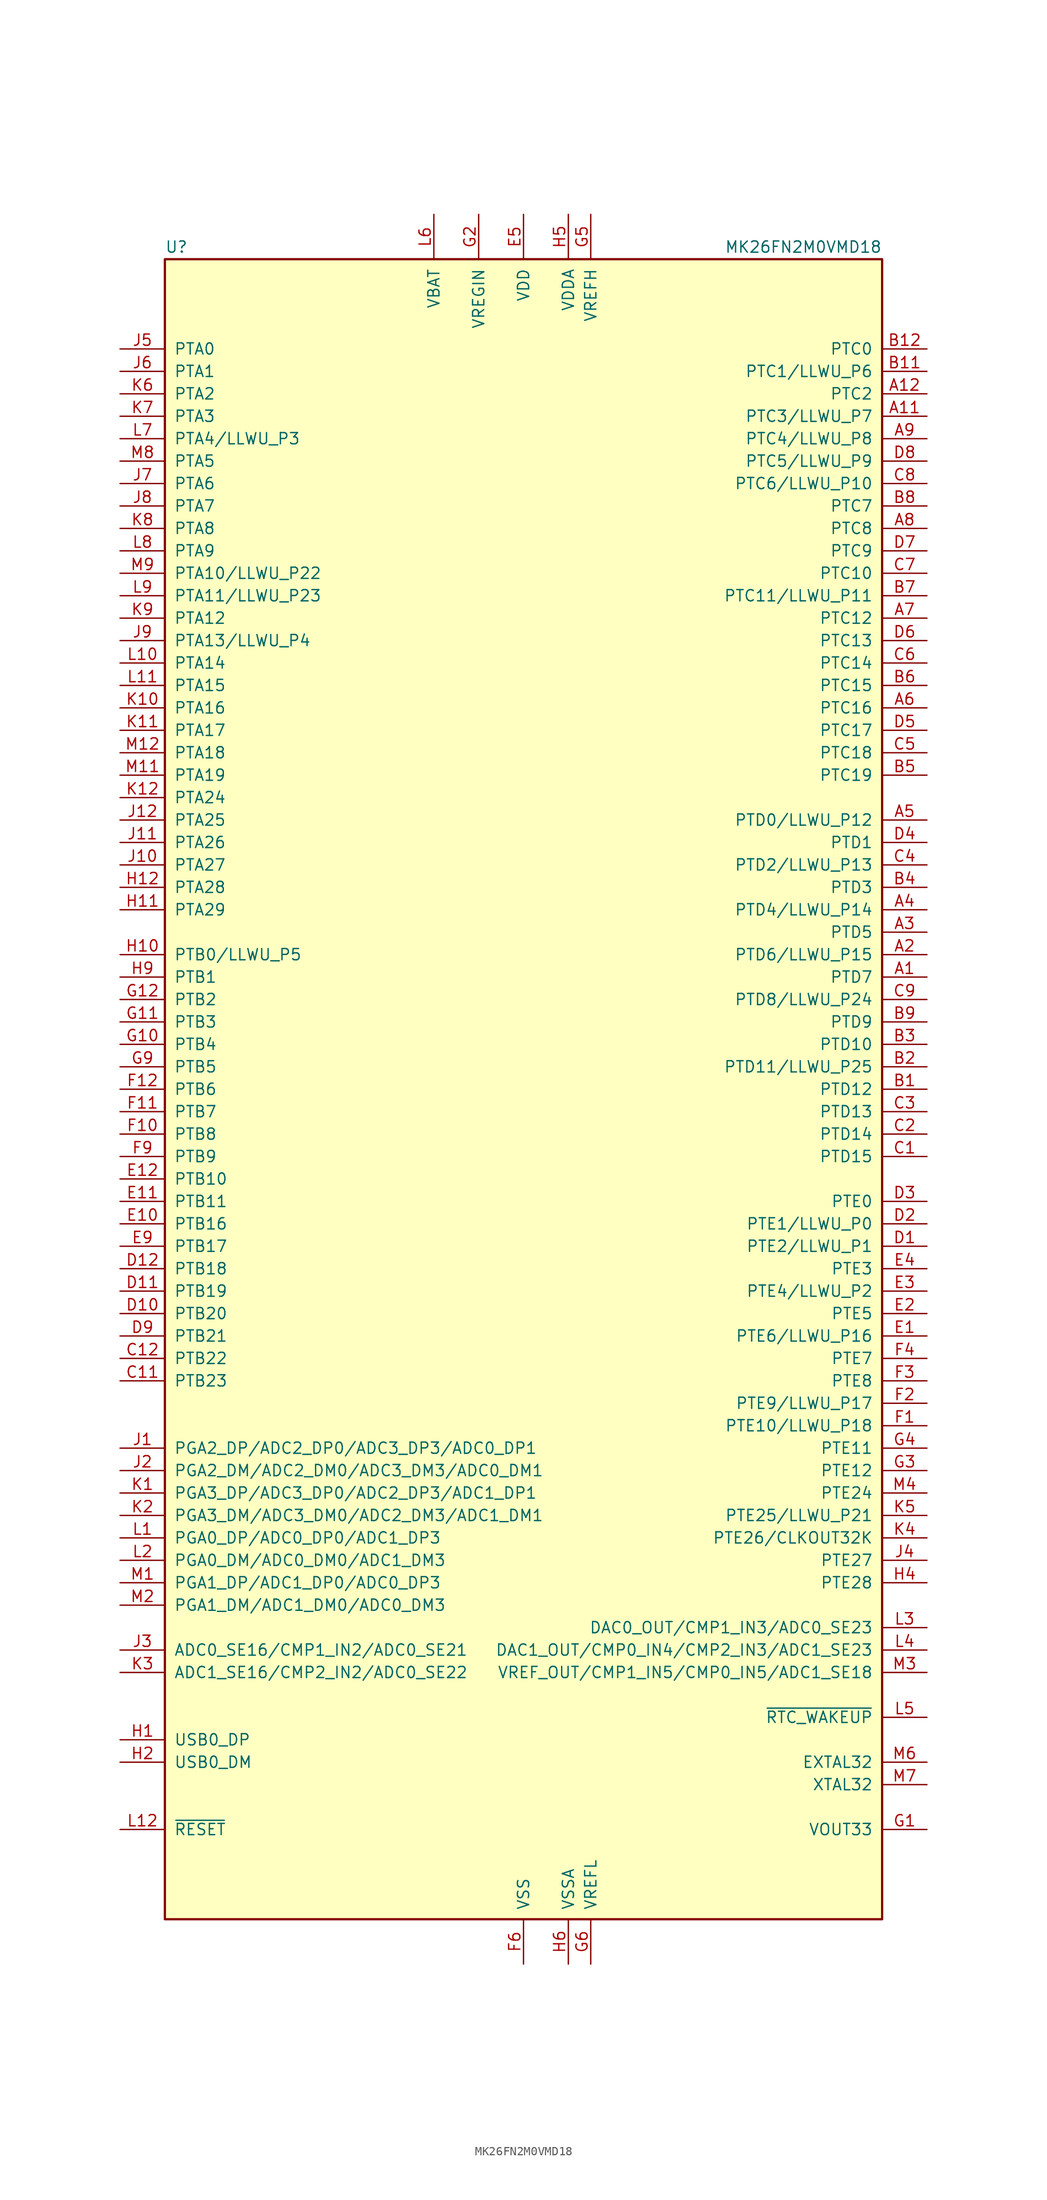
<source format=kicad_sym>
(kicad_symbol_lib
  (version 20241209)
  (generator "kicad_symbol_editor")
  (generator_version "9.0")
  (symbol "MK26FN2M0VMD18"
    (pin_names
      (offset 1.016))
    (property "Reference" "U"
      (at -40.64 94.615 0)
      (effects (font (size 1.27 1.27)) (justify left bottom)))
    (property "Value" "MK26FN2M0VMD18"
      (at 40.64 94.615 0)
      (effects (font (size 1.27 1.27)) (justify right bottom)))
    (symbol "MK26FN2M0VMD18_0_1"
      (rectangle (start -40.64 93.98) (end 40.64 -93.98) (stroke (width 0.254) (type default)) (fill (type background))))
    (symbol "MK26FN2M0VMD18_1_1"
      (pin bidirectional line (at -45.72 83.82 0) (length 5.08) (name "PTA0" (effects (font (size 1.27 1.27)))) (number "J5" (effects (font (size 1.27 1.27)))))
      (pin bidirectional line (at -45.72 81.28 0) (length 5.08) (name "PTA1" (effects (font (size 1.27 1.27)))) (number "J6" (effects (font (size 1.27 1.27)))))
      (pin bidirectional line (at -45.72 78.74 0) (length 5.08) (name "PTA2" (effects (font (size 1.27 1.27)))) (number "K6" (effects (font (size 1.27 1.27)))))
      (pin bidirectional line (at -45.72 76.2 0) (length 5.08) (name "PTA3" (effects (font (size 1.27 1.27)))) (number "K7" (effects (font (size 1.27 1.27)))))
      (pin bidirectional line (at -45.72 73.66 0) (length 5.08) (name "PTA4/LLWU_P3" (effects (font (size 1.27 1.27)))) (number "L7" (effects (font (size 1.27 1.27)))))
      (pin bidirectional line (at -45.72 71.12 0) (length 5.08) (name "PTA5" (effects (font (size 1.27 1.27)))) (number "M8" (effects (font (size 1.27 1.27)))))
      (pin bidirectional line (at -45.72 68.58 0) (length 5.08) (name "PTA6" (effects (font (size 1.27 1.27)))) (number "J7" (effects (font (size 1.27 1.27)))))
      (pin bidirectional line (at -45.72 66.04 0) (length 5.08) (name "PTA7" (effects (font (size 1.27 1.27)))) (number "J8" (effects (font (size 1.27 1.27)))))
      (pin bidirectional line (at -45.72 63.5 0) (length 5.08) (name "PTA8" (effects (font (size 1.27 1.27)))) (number "K8" (effects (font (size 1.27 1.27)))))
      (pin bidirectional line (at -45.72 60.96 0) (length 5.08) (name "PTA9" (effects (font (size 1.27 1.27)))) (number "L8" (effects (font (size 1.27 1.27)))))
      (pin bidirectional line (at -45.72 58.42 0) (length 5.08) (name "PTA10/LLWU_P22" (effects (font (size 1.27 1.27)))) (number "M9" (effects (font (size 1.27 1.27)))))
      (pin bidirectional line (at -45.72 55.88 0) (length 5.08) (name "PTA11/LLWU_P23" (effects (font (size 1.27 1.27)))) (number "L9" (effects (font (size 1.27 1.27)))))
      (pin bidirectional line (at -45.72 53.34 0) (length 5.08) (name "PTA12" (effects (font (size 1.27 1.27)))) (number "K9" (effects (font (size 1.27 1.27)))))
      (pin bidirectional line (at -45.72 50.8 0) (length 5.08) (name "PTA13/LLWU_P4" (effects (font (size 1.27 1.27)))) (number "J9" (effects (font (size 1.27 1.27)))))
      (pin bidirectional line (at -45.72 48.26 0) (length 5.08) (name "PTA14" (effects (font (size 1.27 1.27)))) (number "L10" (effects (font (size 1.27 1.27)))))
      (pin bidirectional line (at -45.72 45.72 0) (length 5.08) (name "PTA15" (effects (font (size 1.27 1.27)))) (number "L11" (effects (font (size 1.27 1.27)))))
      (pin bidirectional line (at -45.72 43.18 0) (length 5.08) (name "PTA16" (effects (font (size 1.27 1.27)))) (number "K10" (effects (font (size 1.27 1.27)))))
      (pin bidirectional line (at -45.72 40.64 0) (length 5.08) (name "PTA17" (effects (font (size 1.27 1.27)))) (number "K11" (effects (font (size 1.27 1.27)))))
      (pin bidirectional line (at -45.72 38.1 0) (length 5.08) (name "PTA18" (effects (font (size 1.27 1.27)))) (number "M12" (effects (font (size 1.27 1.27)))))
      (pin bidirectional line (at -45.72 35.56 0) (length 5.08) (name "PTA19" (effects (font (size 1.27 1.27)))) (number "M11" (effects (font (size 1.27 1.27)))))
      (pin bidirectional line (at -45.72 33.02 0) (length 5.08) (name "PTA24" (effects (font (size 1.27 1.27)))) (number "K12" (effects (font (size 1.27 1.27)))))
      (pin bidirectional line (at -45.72 30.48 0) (length 5.08) (name "PTA25" (effects (font (size 1.27 1.27)))) (number "J12" (effects (font (size 1.27 1.27)))))
      (pin bidirectional line (at -45.72 27.94 0) (length 5.08) (name "PTA26" (effects (font (size 1.27 1.27)))) (number "J11" (effects (font (size 1.27 1.27)))))
      (pin bidirectional line (at -45.72 25.4 0) (length 5.08) (name "PTA27" (effects (font (size 1.27 1.27)))) (number "J10" (effects (font (size 1.27 1.27)))))
      (pin bidirectional line (at -45.72 22.86 0) (length 5.08) (name "PTA28" (effects (font (size 1.27 1.27)))) (number "H12" (effects (font (size 1.27 1.27)))))
      (pin bidirectional line (at -45.72 20.32 0) (length 5.08) (name "PTA29" (effects (font (size 1.27 1.27)))) (number "H11" (effects (font (size 1.27 1.27)))))
      (pin bidirectional line (at -45.72 15.24 0) (length 5.08) (name "PTB0/LLWU_P5" (effects (font (size 1.27 1.27)))) (number "H10" (effects (font (size 1.27 1.27)))))
      (pin bidirectional line (at -45.72 12.7 0) (length 5.08) (name "PTB1" (effects (font (size 1.27 1.27)))) (number "H9" (effects (font (size 1.27 1.27)))))
      (pin bidirectional line (at -45.72 10.16 0) (length 5.08) (name "PTB2" (effects (font (size 1.27 1.27)))) (number "G12" (effects (font (size 1.27 1.27)))))
      (pin bidirectional line (at -45.72 7.62 0) (length 5.08) (name "PTB3" (effects (font (size 1.27 1.27)))) (number "G11" (effects (font (size 1.27 1.27)))))
      (pin bidirectional line (at -45.72 5.08 0) (length 5.08) (name "PTB4" (effects (font (size 1.27 1.27)))) (number "G10" (effects (font (size 1.27 1.27)))))
      (pin bidirectional line (at -45.72 2.54 0) (length 5.08) (name "PTB5" (effects (font (size 1.27 1.27)))) (number "G9" (effects (font (size 1.27 1.27)))))
      (pin bidirectional line (at -45.72 0 0) (length 5.08) (name "PTB6" (effects (font (size 1.27 1.27)))) (number "F12" (effects (font (size 1.27 1.27)))))
      (pin bidirectional line (at -45.72 -2.54 0) (length 5.08) (name "PTB7" (effects (font (size 1.27 1.27)))) (number "F11" (effects (font (size 1.27 1.27)))))
      (pin bidirectional line (at -45.72 -5.08 0) (length 5.08) (name "PTB8" (effects (font (size 1.27 1.27)))) (number "F10" (effects (font (size 1.27 1.27)))))
      (pin bidirectional line (at -45.72 -7.62 0) (length 5.08) (name "PTB9" (effects (font (size 1.27 1.27)))) (number "F9" (effects (font (size 1.27 1.27)))))
      (pin bidirectional line (at -45.72 -10.16 0) (length 5.08) (name "PTB10" (effects (font (size 1.27 1.27)))) (number "E12" (effects (font (size 1.27 1.27)))))
      (pin bidirectional line (at -45.72 -12.7 0) (length 5.08) (name "PTB11" (effects (font (size 1.27 1.27)))) (number "E11" (effects (font (size 1.27 1.27)))))
      (pin bidirectional line (at -45.72 -15.24 0) (length 5.08) (name "PTB16" (effects (font (size 1.27 1.27)))) (number "E10" (effects (font (size 1.27 1.27)))))
      (pin bidirectional line (at -45.72 -17.78 0) (length 5.08) (name "PTB17" (effects (font (size 1.27 1.27)))) (number "E9" (effects (font (size 1.27 1.27)))))
      (pin bidirectional line (at -45.72 -20.32 0) (length 5.08) (name "PTB18" (effects (font (size 1.27 1.27)))) (number "D12" (effects (font (size 1.27 1.27)))))
      (pin bidirectional line (at -45.72 -22.86 0) (length 5.08) (name "PTB19" (effects (font (size 1.27 1.27)))) (number "D11" (effects (font (size 1.27 1.27)))))
      (pin bidirectional line (at -45.72 -25.4 0) (length 5.08) (name "PTB20" (effects (font (size 1.27 1.27)))) (number "D10" (effects (font (size 1.27 1.27)))))
      (pin bidirectional line (at -45.72 -27.94 0) (length 5.08) (name "PTB21" (effects (font (size 1.27 1.27)))) (number "D9" (effects (font (size 1.27 1.27)))))
      (pin bidirectional line (at -45.72 -30.48 0) (length 5.08) (name "PTB22" (effects (font (size 1.27 1.27)))) (number "C12" (effects (font (size 1.27 1.27)))))
      (pin bidirectional line (at -45.72 -33.02 0) (length 5.08) (name "PTB23" (effects (font (size 1.27 1.27)))) (number "C11" (effects (font (size 1.27 1.27)))))
      (pin input line (at -45.72 -40.64 0) (length 5.08) (name "PGA2_DP/ADC2_DP0/ADC3_DP3/ADC0_DP1" (effects (font (size 1.27 1.27)))) (number "J1" (effects (font (size 1.27 1.27)))))
      (pin input line (at -45.72 -43.18 0) (length 5.08) (name "PGA2_DM/ADC2_DM0/ADC3_DM3/ADC0_DM1" (effects (font (size 1.27 1.27)))) (number "J2" (effects (font (size 1.27 1.27)))))
      (pin input line (at -45.72 -45.72 0) (length 5.08) (name "PGA3_DP/ADC3_DP0/ADC2_DP3/ADC1_DP1" (effects (font (size 1.27 1.27)))) (number "K1" (effects (font (size 1.27 1.27)))))
      (pin input line (at -45.72 -48.26 0) (length 5.08) (name "PGA3_DM/ADC3_DM0/ADC2_DM3/ADC1_DM1" (effects (font (size 1.27 1.27)))) (number "K2" (effects (font (size 1.27 1.27)))))
      (pin input line (at -45.72 -50.8 0) (length 5.08) (name "PGA0_DP/ADC0_DP0/ADC1_DP3" (effects (font (size 1.27 1.27)))) (number "L1" (effects (font (size 1.27 1.27)))))
      (pin input line (at -45.72 -53.34 0) (length 5.08) (name "PGA0_DM/ADC0_DM0/ADC1_DM3" (effects (font (size 1.27 1.27)))) (number "L2" (effects (font (size 1.27 1.27)))))
      (pin input line (at -45.72 -55.88 0) (length 5.08) (name "PGA1_DP/ADC1_DP0/ADC0_DP3" (effects (font (size 1.27 1.27)))) (number "M1" (effects (font (size 1.27 1.27)))))
      (pin input line (at -45.72 -58.42 0) (length 5.08) (name "PGA1_DM/ADC1_DM0/ADC0_DM3" (effects (font (size 1.27 1.27)))) (number "M2" (effects (font (size 1.27 1.27)))))
      (pin input line (at -45.72 -63.5 0) (length 5.08) (name "ADC0_SE16/CMP1_IN2/ADC0_SE21" (effects (font (size 1.27 1.27)))) (number "J3" (effects (font (size 1.27 1.27)))))
      (pin input line (at -45.72 -66.04 0) (length 5.08) (name "ADC1_SE16/CMP2_IN2/ADC0_SE22" (effects (font (size 1.27 1.27)))) (number "K3" (effects (font (size 1.27 1.27)))))
      (pin bidirectional line (at -45.72 -73.66 0) (length 5.08) (name "USB0_DP" (effects (font (size 1.27 1.27)))) (number "H1" (effects (font (size 1.27 1.27)))))
      (pin bidirectional line (at -45.72 -76.2 0) (length 5.08) (name "USB0_DM" (effects (font (size 1.27 1.27)))) (number "H2" (effects (font (size 1.27 1.27)))))
      (pin bidirectional line (at -45.72 -83.82 0) (length 5.08) (name "~{RESET}" (effects (font (size 1.27 1.27)))) (number "L12" (effects (font (size 1.27 1.27)))))
      (pin no_connect line (at -12.7 -93.98 90) (length 5.08) (hide yes) (name "NC" (effects (font (size 1.27 1.27)))) (number "A10" (effects (font (size 1.27 1.27)))))
      (pin power_in line (at -10.16 99.06 270) (length 5.08) (name "VBAT" (effects (font (size 1.27 1.27)))) (number "L6" (effects (font (size 1.27 1.27)))))
      (pin no_connect line (at -10.16 -93.98 90) (length 5.08) (hide yes) (name "NC" (effects (font (size 1.27 1.27)))) (number "B10" (effects (font (size 1.27 1.27)))))
      (pin no_connect line (at -7.62 -93.98 90) (length 5.08) (hide yes) (name "NC" (effects (font (size 1.27 1.27)))) (number "C10" (effects (font (size 1.27 1.27)))))
      (pin power_in line (at -5.08 99.06 270) (length 5.08) (name "VREGIN" (effects (font (size 1.27 1.27)))) (number "G2" (effects (font (size 1.27 1.27)))))
      (pin no_connect line (at -5.08 -93.98 90) (length 5.08) (hide yes) (name "NC" (effects (font (size 1.27 1.27)))) (number "M5" (effects (font (size 1.27 1.27)))))
      (pin power_in line (at 0 99.06 270) (length 5.08) (name "VDD" (effects (font (size 1.27 1.27)))) (number "E5" (effects (font (size 1.27 1.27)))))
      (pin passive line (at 0 99.06 270) (length 5.08) (hide yes) (name "VDD" (effects (font (size 1.27 1.27)))) (number "E6" (effects (font (size 1.27 1.27)))))
      (pin passive line (at 0 99.06 270) (length 5.08) (hide yes) (name "VDD" (effects (font (size 1.27 1.27)))) (number "E7" (effects (font (size 1.27 1.27)))))
      (pin passive line (at 0 99.06 270) (length 5.08) (hide yes) (name "VDD" (effects (font (size 1.27 1.27)))) (number "E8" (effects (font (size 1.27 1.27)))))
      (pin passive line (at 0 99.06 270) (length 5.08) (hide yes) (name "VDD" (effects (font (size 1.27 1.27)))) (number "F5" (effects (font (size 1.27 1.27)))))
      (pin passive line (at 0 99.06 270) (length 5.08) (hide yes) (name "VDD" (effects (font (size 1.27 1.27)))) (number "F8" (effects (font (size 1.27 1.27)))))
      (pin power_in line (at 0 -99.06 90) (length 5.08) (name "VSS" (effects (font (size 1.27 1.27)))) (number "F6" (effects (font (size 1.27 1.27)))))
      (pin passive line (at 0 -99.06 90) (length 5.08) (hide yes) (name "VSS" (effects (font (size 1.27 1.27)))) (number "F7" (effects (font (size 1.27 1.27)))))
      (pin passive line (at 0 -99.06 90) (length 5.08) (hide yes) (name "VSS" (effects (font (size 1.27 1.27)))) (number "G7" (effects (font (size 1.27 1.27)))))
      (pin passive line (at 0 -99.06 90) (length 5.08) (hide yes) (name "VSS" (effects (font (size 1.27 1.27)))) (number "G8" (effects (font (size 1.27 1.27)))))
      (pin passive line (at 0 -99.06 90) (length 5.08) (hide yes) (name "VSS" (effects (font (size 1.27 1.27)))) (number "H3" (effects (font (size 1.27 1.27)))))
      (pin passive line (at 0 -99.06 90) (length 5.08) (hide yes) (name "VSS" (effects (font (size 1.27 1.27)))) (number "H7" (effects (font (size 1.27 1.27)))))
      (pin passive line (at 0 -99.06 90) (length 5.08) (hide yes) (name "VSS" (effects (font (size 1.27 1.27)))) (number "H8" (effects (font (size 1.27 1.27)))))
      (pin passive line (at 0 -99.06 90) (length 5.08) (hide yes) (name "VSS" (effects (font (size 1.27 1.27)))) (number "M10" (effects (font (size 1.27 1.27)))))
      (pin power_in line (at 5.08 99.06 270) (length 5.08) (name "VDDA" (effects (font (size 1.27 1.27)))) (number "H5" (effects (font (size 1.27 1.27)))))
      (pin power_in line (at 5.08 -99.06 90) (length 5.08) (name "VSSA" (effects (font (size 1.27 1.27)))) (number "H6" (effects (font (size 1.27 1.27)))))
      (pin power_in line (at 7.62 99.06 270) (length 5.08) (name "VREFH" (effects (font (size 1.27 1.27)))) (number "G5" (effects (font (size 1.27 1.27)))))
      (pin power_in line (at 7.62 -99.06 90) (length 5.08) (name "VREFL" (effects (font (size 1.27 1.27)))) (number "G6" (effects (font (size 1.27 1.27)))))
      (pin bidirectional line (at 45.72 83.82 180) (length 5.08) (name "PTC0" (effects (font (size 1.27 1.27)))) (number "B12" (effects (font (size 1.27 1.27)))))
      (pin bidirectional line (at 45.72 81.28 180) (length 5.08) (name "PTC1/LLWU_P6" (effects (font (size 1.27 1.27)))) (number "B11" (effects (font (size 1.27 1.27)))))
      (pin bidirectional line (at 45.72 78.74 180) (length 5.08) (name "PTC2" (effects (font (size 1.27 1.27)))) (number "A12" (effects (font (size 1.27 1.27)))))
      (pin bidirectional line (at 45.72 76.2 180) (length 5.08) (name "PTC3/LLWU_P7" (effects (font (size 1.27 1.27)))) (number "A11" (effects (font (size 1.27 1.27)))))
      (pin bidirectional line (at 45.72 73.66 180) (length 5.08) (name "PTC4/LLWU_P8" (effects (font (size 1.27 1.27)))) (number "A9" (effects (font (size 1.27 1.27)))))
      (pin bidirectional line (at 45.72 71.12 180) (length 5.08) (name "PTC5/LLWU_P9" (effects (font (size 1.27 1.27)))) (number "D8" (effects (font (size 1.27 1.27)))))
      (pin bidirectional line (at 45.72 68.58 180) (length 5.08) (name "PTC6/LLWU_P10" (effects (font (size 1.27 1.27)))) (number "C8" (effects (font (size 1.27 1.27)))))
      (pin bidirectional line (at 45.72 66.04 180) (length 5.08) (name "PTC7" (effects (font (size 1.27 1.27)))) (number "B8" (effects (font (size 1.27 1.27)))))
      (pin bidirectional line (at 45.72 63.5 180) (length 5.08) (name "PTC8" (effects (font (size 1.27 1.27)))) (number "A8" (effects (font (size 1.27 1.27)))))
      (pin bidirectional line (at 45.72 60.96 180) (length 5.08) (name "PTC9" (effects (font (size 1.27 1.27)))) (number "D7" (effects (font (size 1.27 1.27)))))
      (pin bidirectional line (at 45.72 58.42 180) (length 5.08) (name "PTC10" (effects (font (size 1.27 1.27)))) (number "C7" (effects (font (size 1.27 1.27)))))
      (pin bidirectional line (at 45.72 55.88 180) (length 5.08) (name "PTC11/LLWU_P11" (effects (font (size 1.27 1.27)))) (number "B7" (effects (font (size 1.27 1.27)))))
      (pin bidirectional line (at 45.72 53.34 180) (length 5.08) (name "PTC12" (effects (font (size 1.27 1.27)))) (number "A7" (effects (font (size 1.27 1.27)))))
      (pin bidirectional line (at 45.72 50.8 180) (length 5.08) (name "PTC13" (effects (font (size 1.27 1.27)))) (number "D6" (effects (font (size 1.27 1.27)))))
      (pin bidirectional line (at 45.72 48.26 180) (length 5.08) (name "PTC14" (effects (font (size 1.27 1.27)))) (number "C6" (effects (font (size 1.27 1.27)))))
      (pin bidirectional line (at 45.72 45.72 180) (length 5.08) (name "PTC15" (effects (font (size 1.27 1.27)))) (number "B6" (effects (font (size 1.27 1.27)))))
      (pin bidirectional line (at 45.72 43.18 180) (length 5.08) (name "PTC16" (effects (font (size 1.27 1.27)))) (number "A6" (effects (font (size 1.27 1.27)))))
      (pin bidirectional line (at 45.72 40.64 180) (length 5.08) (name "PTC17" (effects (font (size 1.27 1.27)))) (number "D5" (effects (font (size 1.27 1.27)))))
      (pin bidirectional line (at 45.72 38.1 180) (length 5.08) (name "PTC18" (effects (font (size 1.27 1.27)))) (number "C5" (effects (font (size 1.27 1.27)))))
      (pin bidirectional line (at 45.72 35.56 180) (length 5.08) (name "PTC19" (effects (font (size 1.27 1.27)))) (number "B5" (effects (font (size 1.27 1.27)))))
      (pin bidirectional line (at 45.72 30.48 180) (length 5.08) (name "PTD0/LLWU_P12" (effects (font (size 1.27 1.27)))) (number "A5" (effects (font (size 1.27 1.27)))))
      (pin bidirectional line (at 45.72 27.94 180) (length 5.08) (name "PTD1" (effects (font (size 1.27 1.27)))) (number "D4" (effects (font (size 1.27 1.27)))))
      (pin bidirectional line (at 45.72 25.4 180) (length 5.08) (name "PTD2/LLWU_P13" (effects (font (size 1.27 1.27)))) (number "C4" (effects (font (size 1.27 1.27)))))
      (pin bidirectional line (at 45.72 22.86 180) (length 5.08) (name "PTD3" (effects (font (size 1.27 1.27)))) (number "B4" (effects (font (size 1.27 1.27)))))
      (pin bidirectional line (at 45.72 20.32 180) (length 5.08) (name "PTD4/LLWU_P14" (effects (font (size 1.27 1.27)))) (number "A4" (effects (font (size 1.27 1.27)))))
      (pin bidirectional line (at 45.72 17.78 180) (length 5.08) (name "PTD5" (effects (font (size 1.27 1.27)))) (number "A3" (effects (font (size 1.27 1.27)))))
      (pin bidirectional line (at 45.72 15.24 180) (length 5.08) (name "PTD6/LLWU_P15" (effects (font (size 1.27 1.27)))) (number "A2" (effects (font (size 1.27 1.27)))))
      (pin bidirectional line (at 45.72 12.7 180) (length 5.08) (name "PTD7" (effects (font (size 1.27 1.27)))) (number "A1" (effects (font (size 1.27 1.27)))))
      (pin bidirectional line (at 45.72 10.16 180) (length 5.08) (name "PTD8/LLWU_P24" (effects (font (size 1.27 1.27)))) (number "C9" (effects (font (size 1.27 1.27)))))
      (pin bidirectional line (at 45.72 7.62 180) (length 5.08) (name "PTD9" (effects (font (size 1.27 1.27)))) (number "B9" (effects (font (size 1.27 1.27)))))
      (pin bidirectional line (at 45.72 5.08 180) (length 5.08) (name "PTD10" (effects (font (size 1.27 1.27)))) (number "B3" (effects (font (size 1.27 1.27)))))
      (pin bidirectional line (at 45.72 2.54 180) (length 5.08) (name "PTD11/LLWU_P25" (effects (font (size 1.27 1.27)))) (number "B2" (effects (font (size 1.27 1.27)))))
      (pin bidirectional line (at 45.72 0 180) (length 5.08) (name "PTD12" (effects (font (size 1.27 1.27)))) (number "B1" (effects (font (size 1.27 1.27)))))
      (pin bidirectional line (at 45.72 -2.54 180) (length 5.08) (name "PTD13" (effects (font (size 1.27 1.27)))) (number "C3" (effects (font (size 1.27 1.27)))))
      (pin bidirectional line (at 45.72 -5.08 180) (length 5.08) (name "PTD14" (effects (font (size 1.27 1.27)))) (number "C2" (effects (font (size 1.27 1.27)))))
      (pin bidirectional line (at 45.72 -7.62 180) (length 5.08) (name "PTD15" (effects (font (size 1.27 1.27)))) (number "C1" (effects (font (size 1.27 1.27)))))
      (pin bidirectional line (at 45.72 -12.7 180) (length 5.08) (name "PTE0" (effects (font (size 1.27 1.27)))) (number "D3" (effects (font (size 1.27 1.27)))))
      (pin bidirectional line (at 45.72 -15.24 180) (length 5.08) (name "PTE1/LLWU_P0" (effects (font (size 1.27 1.27)))) (number "D2" (effects (font (size 1.27 1.27)))))
      (pin bidirectional line (at 45.72 -17.78 180) (length 5.08) (name "PTE2/LLWU_P1" (effects (font (size 1.27 1.27)))) (number "D1" (effects (font (size 1.27 1.27)))))
      (pin bidirectional line (at 45.72 -20.32 180) (length 5.08) (name "PTE3" (effects (font (size 1.27 1.27)))) (number "E4" (effects (font (size 1.27 1.27)))))
      (pin bidirectional line (at 45.72 -22.86 180) (length 5.08) (name "PTE4/LLWU_P2" (effects (font (size 1.27 1.27)))) (number "E3" (effects (font (size 1.27 1.27)))))
      (pin bidirectional line (at 45.72 -25.4 180) (length 5.08) (name "PTE5" (effects (font (size 1.27 1.27)))) (number "E2" (effects (font (size 1.27 1.27)))))
      (pin bidirectional line (at 45.72 -27.94 180) (length 5.08) (name "PTE6/LLWU_P16" (effects (font (size 1.27 1.27)))) (number "E1" (effects (font (size 1.27 1.27)))))
      (pin bidirectional line (at 45.72 -30.48 180) (length 5.08) (name "PTE7" (effects (font (size 1.27 1.27)))) (number "F4" (effects (font (size 1.27 1.27)))))
      (pin bidirectional line (at 45.72 -33.02 180) (length 5.08) (name "PTE8" (effects (font (size 1.27 1.27)))) (number "F3" (effects (font (size 1.27 1.27)))))
      (pin bidirectional line (at 45.72 -35.56 180) (length 5.08) (name "PTE9/LLWU_P17" (effects (font (size 1.27 1.27)))) (number "F2" (effects (font (size 1.27 1.27)))))
      (pin bidirectional line (at 45.72 -38.1 180) (length 5.08) (name "PTE10/LLWU_P18" (effects (font (size 1.27 1.27)))) (number "F1" (effects (font (size 1.27 1.27)))))
      (pin bidirectional line (at 45.72 -40.64 180) (length 5.08) (name "PTE11" (effects (font (size 1.27 1.27)))) (number "G4" (effects (font (size 1.27 1.27)))))
      (pin bidirectional line (at 45.72 -43.18 180) (length 5.08) (name "PTE12" (effects (font (size 1.27 1.27)))) (number "G3" (effects (font (size 1.27 1.27)))))
      (pin bidirectional line (at 45.72 -45.72 180) (length 5.08) (name "PTE24" (effects (font (size 1.27 1.27)))) (number "M4" (effects (font (size 1.27 1.27)))))
      (pin bidirectional line (at 45.72 -48.26 180) (length 5.08) (name "PTE25/LLWU_P21" (effects (font (size 1.27 1.27)))) (number "K5" (effects (font (size 1.27 1.27)))))
      (pin bidirectional line (at 45.72 -50.8 180) (length 5.08) (name "PTE26/CLKOUT32K" (effects (font (size 1.27 1.27)))) (number "K4" (effects (font (size 1.27 1.27)))))
      (pin bidirectional line (at 45.72 -53.34 180) (length 5.08) (name "PTE27" (effects (font (size 1.27 1.27)))) (number "J4" (effects (font (size 1.27 1.27)))))
      (pin bidirectional line (at 45.72 -55.88 180) (length 5.08) (name "PTE28" (effects (font (size 1.27 1.27)))) (number "H4" (effects (font (size 1.27 1.27)))))
      (pin bidirectional line (at 45.72 -60.96 180) (length 5.08) (name "DAC0_OUT/CMP1_IN3/ADC0_SE23" (effects (font (size 1.27 1.27)))) (number "L3" (effects (font (size 1.27 1.27)))))
      (pin bidirectional line (at 45.72 -63.5 180) (length 5.08) (name "DAC1_OUT/CMP0_IN4/CMP2_IN3/ADC1_SE23" (effects (font (size 1.27 1.27)))) (number "L4" (effects (font (size 1.27 1.27)))))
      (pin bidirectional line (at 45.72 -66.04 180) (length 5.08) (name "VREF_OUT/CMP1_IN5/CMP0_IN5/ADC1_SE18" (effects (font (size 1.27 1.27)))) (number "M3" (effects (font (size 1.27 1.27)))))
      (pin output line (at 45.72 -71.12 180) (length 5.08) (name "~{RTC_WAKEUP}" (effects (font (size 1.27 1.27)))) (number "L5" (effects (font (size 1.27 1.27)))))
      (pin input line (at 45.72 -76.2 180) (length 5.08) (name "EXTAL32" (effects (font (size 1.27 1.27)))) (number "M6" (effects (font (size 1.27 1.27)))))
      (pin output line (at 45.72 -78.74 180) (length 5.08) (name "XTAL32" (effects (font (size 1.27 1.27)))) (number "M7" (effects (font (size 1.27 1.27)))))
      (pin power_out line (at 45.72 -83.82 180) (length 5.08) (name "VOUT33" (effects (font (size 1.27 1.27)))) (number "G1" (effects (font (size 1.27 1.27))))))))
</source>
